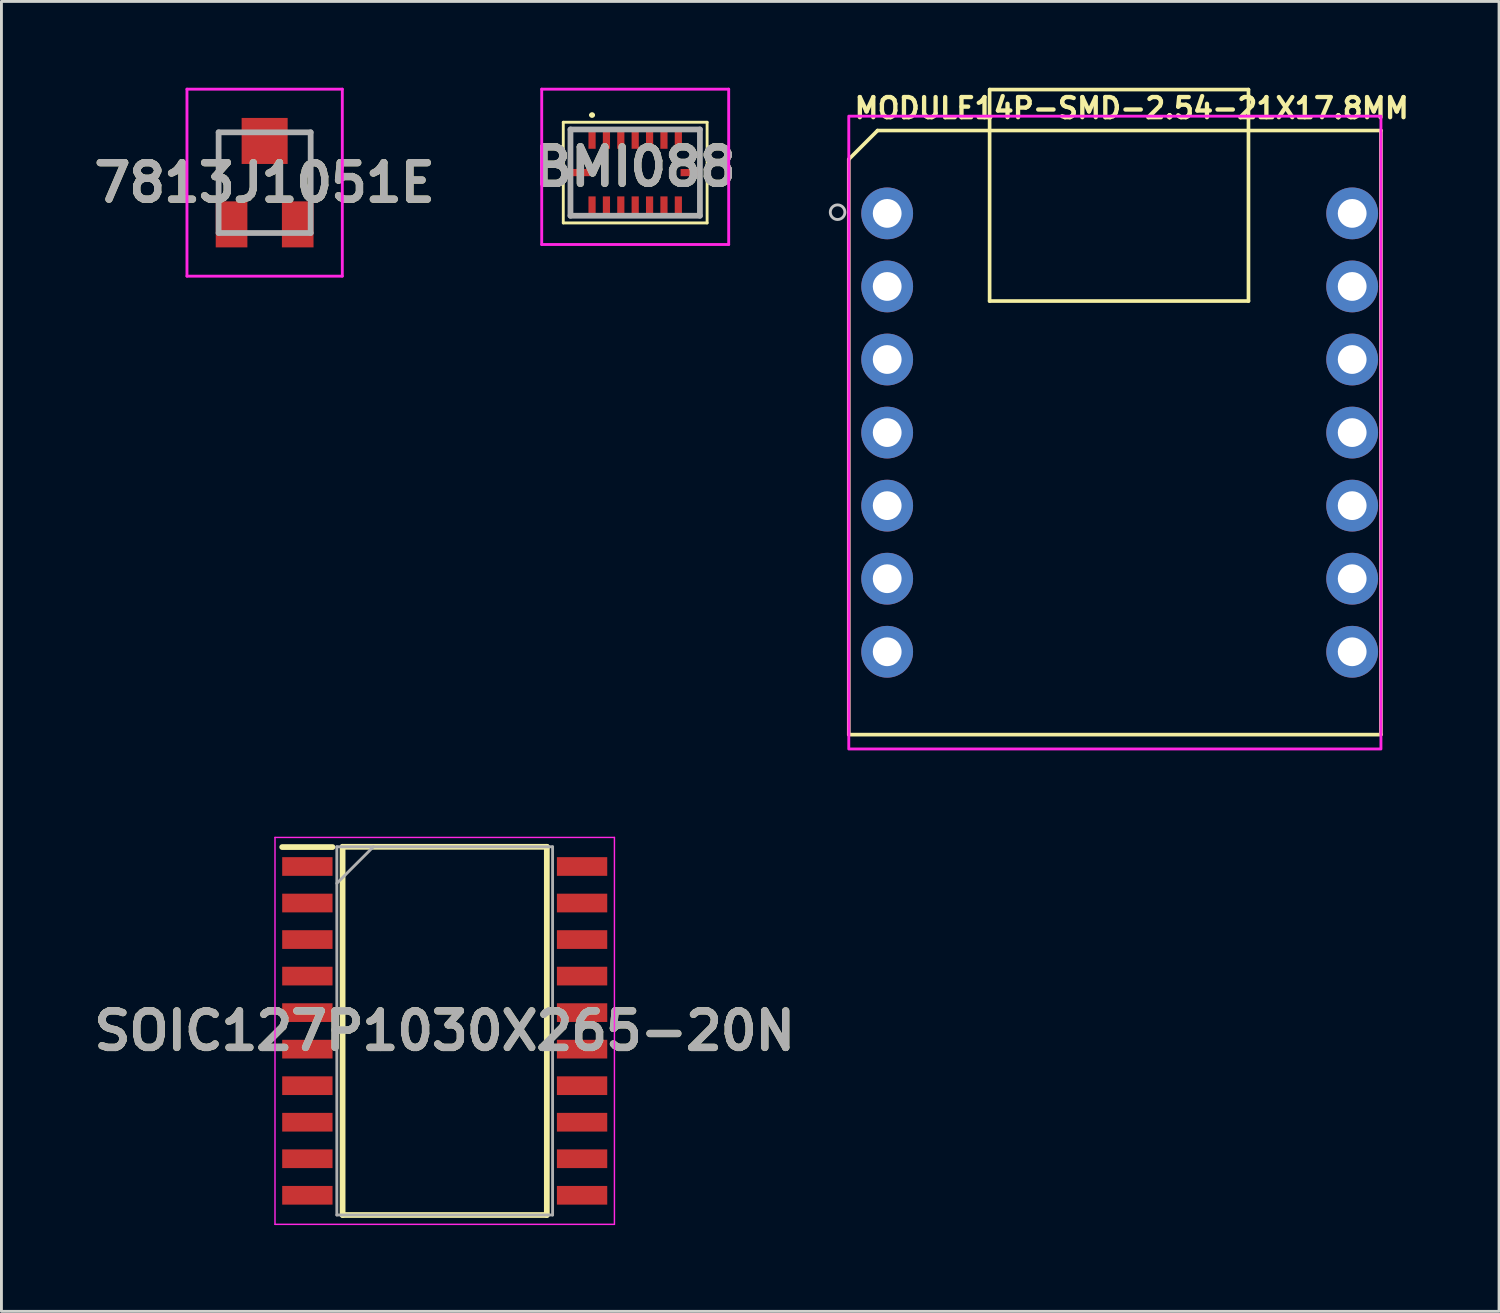
<source format=kicad_pcb>
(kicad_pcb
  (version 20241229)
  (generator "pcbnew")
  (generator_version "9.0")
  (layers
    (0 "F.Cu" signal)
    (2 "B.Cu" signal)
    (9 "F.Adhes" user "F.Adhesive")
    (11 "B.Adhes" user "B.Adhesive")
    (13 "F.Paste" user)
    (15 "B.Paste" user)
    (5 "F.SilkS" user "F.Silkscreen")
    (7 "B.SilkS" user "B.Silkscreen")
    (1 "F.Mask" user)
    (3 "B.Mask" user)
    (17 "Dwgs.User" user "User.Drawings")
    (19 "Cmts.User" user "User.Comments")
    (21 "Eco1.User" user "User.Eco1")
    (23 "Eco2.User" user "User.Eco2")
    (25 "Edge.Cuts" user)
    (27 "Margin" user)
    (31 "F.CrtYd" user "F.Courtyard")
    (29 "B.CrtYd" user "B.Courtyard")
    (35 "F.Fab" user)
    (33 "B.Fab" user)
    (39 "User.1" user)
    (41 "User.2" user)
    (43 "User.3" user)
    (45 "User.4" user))
  (footprint "SOIC127P1030X265-20N"
    (layer "F.Cu")
    (at 12.41 32.788)
    (property "Reference" "SOIC127P1030X265-20N" (at 0 0 0) (layer "F.SilkS") (effects (font (size 1.27 1.27) (thickness 0.254))))
    (attr smd)
    (fp_line (start -5.65 -6.39) (end -3.9 -6.39) (stroke (width 0.2) (type solid)) (layer "F.SilkS"))
    (fp_line (start -3.55 -6.4) (end 3.55 -6.4) (stroke (width 0.2) (type solid)) (layer "F.SilkS"))
    (fp_line (start -3.55 6.4) (end -3.55 -6.4) (stroke (width 0.2) (type solid)) (layer "F.SilkS"))
    (fp_line (start 3.55 -6.4) (end 3.55 6.4) (stroke (width 0.2) (type solid)) (layer "F.SilkS"))
    (fp_line (start 3.55 6.4) (end -3.55 6.4) (stroke (width 0.2) (type solid)) (layer "F.SilkS"))
    (fp_line (start -5.9 -6.725) (end 5.9 -6.725) (stroke (width 0.05) (type solid)) (layer "F.CrtYd"))
    (fp_line (start -5.9 6.725) (end -5.9 -6.725) (stroke (width 0.05) (type solid)) (layer "F.CrtYd"))
    (fp_line (start 5.9 -6.725) (end 5.9 6.725) (stroke (width 0.05) (type solid)) (layer "F.CrtYd"))
    (fp_line (start 5.9 6.725) (end -5.9 6.725) (stroke (width 0.05) (type solid)) (layer "F.CrtYd"))
    (fp_line (start -3.75 -6.4) (end 3.75 -6.4) (stroke (width 0.1) (type solid)) (layer "F.Fab"))
    (fp_line (start -3.75 -5.13) (end -2.48 -6.4) (stroke (width 0.1) (type solid)) (layer "F.Fab"))
    (fp_line (start -3.75 6.4) (end -3.75 -6.4) (stroke (width 0.1) (type solid)) (layer "F.Fab"))
    (fp_line (start 3.75 -6.4) (end 3.75 6.4) (stroke (width 0.1) (type solid)) (layer "F.Fab"))
    (fp_line (start 3.75 6.4) (end -3.75 6.4) (stroke (width 0.1) (type solid)) (layer "F.Fab"))
    (fp_text user "${REFERENCE}" (at 0 0 0) (layer "F.Fab") (effects (font (size 1.27 1.27) (thickness 0.254))))
    (pad "1" smd rect (at -4.775 -5.715 90) (size 0.65 1.75) (layers "F.Cu" "F.Mask" "F.Paste"))
    (pad "2" smd rect (at -4.775 -4.445 90) (size 0.65 1.75) (layers "F.Cu" "F.Mask" "F.Paste"))
    (pad "3" smd rect (at -4.775 -3.175 90) (size 0.65 1.75) (layers "F.Cu" "F.Mask" "F.Paste"))
    (pad "4" smd rect (at -4.775 -1.905 90) (size 0.65 1.75) (layers "F.Cu" "F.Mask" "F.Paste"))
    (pad "5" smd rect (at -4.775 -0.635 90) (size 0.65 1.75) (layers "F.Cu" "F.Mask" "F.Paste"))
    (pad "6" smd rect (at -4.775 0.635 90) (size 0.65 1.75) (layers "F.Cu" "F.Mask" "F.Paste"))
    (pad "7" smd rect (at -4.775 1.905 90) (size 0.65 1.75) (layers "F.Cu" "F.Mask" "F.Paste"))
    (pad "8" smd rect (at -4.775 3.175 90) (size 0.65 1.75) (layers "F.Cu" "F.Mask" "F.Paste"))
    (pad "9" smd rect (at -4.775 4.445 90) (size 0.65 1.75) (layers "F.Cu" "F.Mask" "F.Paste"))
    (pad "10" smd rect (at -4.775 5.715 90) (size 0.65 1.75) (layers "F.Cu" "F.Mask" "F.Paste"))
    (pad "11" smd rect (at 4.775 5.715 90) (size 0.65 1.75) (layers "F.Cu" "F.Mask" "F.Paste"))
    (pad "12" smd rect (at 4.775 4.445 90) (size 0.65 1.75) (layers "F.Cu" "F.Mask" "F.Paste"))
    (pad "13" smd rect (at 4.775 3.175 90) (size 0.65 1.75) (layers "F.Cu" "F.Mask" "F.Paste"))
    (pad "14" smd rect (at 4.775 1.905 90) (size 0.65 1.75) (layers "F.Cu" "F.Mask" "F.Paste"))
    (pad "15" smd rect (at 4.775 0.635 90) (size 0.65 1.75) (layers "F.Cu" "F.Mask" "F.Paste"))
    (pad "16" smd rect (at 4.775 -0.635 90) (size 0.65 1.75) (layers "F.Cu" "F.Mask" "F.Paste"))
    (pad "17" smd rect (at 4.775 -1.905 90) (size 0.65 1.75) (layers "F.Cu" "F.Mask" "F.Paste"))
    (pad "18" smd rect (at 4.775 -3.175 90) (size 0.65 1.75) (layers "F.Cu" "F.Mask" "F.Paste"))
    (pad "19" smd rect (at 4.775 -4.445 90) (size 0.65 1.75) (layers "F.Cu" "F.Mask" "F.Paste"))
    (pad "20" smd rect (at 4.775 -5.715 90) (size 0.65 1.75) (layers "F.Cu" "F.Mask" "F.Paste")))
  (footprint "MODULE14P-SMD-2.54-21X17.8MM"
    (layer "F.Cu")
    (at 26.957 22.488)
    (property "Reference" "MODULE14P-SMD-2.54-21X17.8MM" (at 9.335 -21.78 0) (layer "F.SilkS") (effects (font (size 0.7 0.7) (thickness 0.15))))
    (attr through_hole)
    (fp_line (start -0.5 -20) (end -0.5 0) (stroke (width 0.127) (type solid)) (layer "F.SilkS"))
    (fp_line (start -0.5 0) (end 18 0) (stroke (width 0.127) (type solid)) (layer "F.SilkS"))
    (fp_line (start 0.5 -21) (end -0.5 -20) (stroke (width 0.127) (type solid)) (layer "F.SilkS"))
    (fp_line (start 4.396 -15.072) (end 4.396 -22.425) (stroke (width 0.127) (type solid)) (layer "F.SilkS"))
    (fp_line (start 4.4 -22.424) (end 13.395 -22.424) (stroke (width 0.127) (type solid)) (layer "F.SilkS"))
    (fp_line (start 13.395 -22.424) (end 13.395 -15.072) (stroke (width 0.127) (type solid)) (layer "F.SilkS"))
    (fp_line (start 13.395 -15.072) (end 4.396 -15.072) (stroke (width 0.127) (type solid)) (layer "F.SilkS"))
    (fp_line (start 18 -21) (end 0.5 -21) (stroke (width 0.127) (type solid)) (layer "F.SilkS"))
    (fp_line (start 18 0) (end 18 -21) (stroke (width 0.127) (type solid)) (layer "F.SilkS"))
    (fp_circle (center -0.889 -18.161) (end -0.635 -18.161) (stroke (width 0.1) (type solid)) (fill no) (layer "Dwgs.User"))
    (fp_poly (pts (xy -0.5 -21.5) (xy 18 -21.5) (xy 18 0.5) (xy -0.5 0.5)) (stroke (width 0.1) (type solid)) (fill no) (layer "F.CrtYd"))
    (pad "1" thru_hole circle (at 0.835 -18.12) (size 1.8 1.8) (drill 1) (layers "*.Cu" "*.Mask"))
    (pad "2" thru_hole circle (at 0.835 -15.58) (size 1.8 1.8) (drill 1) (layers "*.Cu" "*.Mask"))
    (pad "3" thru_hole circle (at 0.835 -13.04) (size 1.8 1.8) (drill 1) (layers "*.Cu" "*.Mask"))
    (pad "4" thru_hole circle (at 0.835 -10.5) (size 1.8 1.8) (drill 1) (layers "*.Cu" "*.Mask"))
    (pad "5" thru_hole circle (at 0.835 -7.96) (size 1.8 1.8) (drill 1) (layers "*.Cu" "*.Mask"))
    (pad "6" thru_hole circle (at 0.835 -5.42) (size 1.8 1.8) (drill 1) (layers "*.Cu" "*.Mask"))
    (pad "7" thru_hole circle (at 0.835 -2.88) (size 1.8 1.8) (drill 1) (layers "*.Cu" "*.Mask"))
    (pad "8" thru_hole circle (at 17 -2.88) (size 1.8 1.8) (drill 1) (layers "*.Cu" "*.Mask"))
    (pad "9" thru_hole circle (at 17 -5.42) (size 1.8 1.8) (drill 1) (layers "*.Cu" "*.Mask"))
    (pad "10" thru_hole circle (at 17 -7.96) (size 1.8 1.8) (drill 1) (layers "*.Cu" "*.Mask"))
    (pad "11" thru_hole circle (at 17 -10.5) (size 1.8 1.8) (drill 1) (layers "*.Cu" "*.Mask"))
    (pad "12" thru_hole circle (at 17 -13.04) (size 1.8 1.8) (drill 1) (layers "*.Cu" "*.Mask"))
    (pad "13" thru_hole circle (at 17 -15.58) (size 1.8 1.8) (drill 1) (layers "*.Cu" "*.Mask"))
    (pad "14" thru_hole circle (at 17 -18.12) (size 1.8 1.8) (drill 1) (layers "*.Cu" "*.Mask")))
  (footprint "BMI088"
    (layer "F.Cu")
    (at 19.032 2.95)
    (property "Reference" "BMI088" (at 0 -0.2 0) (layer "F.SilkS") (effects (font (size 1.27 1.27) (thickness 0.254))))
    (attr smd)
    (fp_line (start -2.5 -1.75) (end 2.5 -1.75) (stroke (width 0.1) (type solid)) (layer "F.SilkS"))
    (fp_line (start -2.5 1.75) (end -2.5 -1.75) (stroke (width 0.1) (type solid)) (layer "F.SilkS"))
    (fp_line (start -1.55 -2) (end -1.55 -2) (stroke (width 0.1) (type solid)) (layer "F.SilkS"))
    (fp_line (start -1.45 -2) (end -1.45 -2) (stroke (width 0.1) (type solid)) (layer "F.SilkS"))
    (fp_line (start 2.5 -1.75) (end 2.5 1.75) (stroke (width 0.1) (type solid)) (layer "F.SilkS"))
    (fp_line (start 2.5 1.75) (end -2.5 1.75) (stroke (width 0.1) (type solid)) (layer "F.SilkS"))
    (fp_arc (start -1.55 -2) (mid -1.5 -2.05) (end -1.45 -2) (stroke (width 0.1) (type solid)) (layer "F.SilkS"))
    (fp_arc (start -1.45 -2) (mid -1.5 -1.95) (end -1.55 -2) (stroke (width 0.1) (type solid)) (layer "F.SilkS"))
    (fp_line (start -3.25 -2.9) (end 3.25 -2.9) (stroke (width 0.1) (type solid)) (layer "F.CrtYd"))
    (fp_line (start -3.25 2.5) (end -3.25 -2.9) (stroke (width 0.1) (type solid)) (layer "F.CrtYd"))
    (fp_line (start 3.25 -2.9) (end 3.25 2.5) (stroke (width 0.1) (type solid)) (layer "F.CrtYd"))
    (fp_line (start 3.25 2.5) (end -3.25 2.5) (stroke (width 0.1) (type solid)) (layer "F.CrtYd"))
    (fp_line (start -2.25 -1.5) (end 2.25 -1.5) (stroke (width 0.2) (type solid)) (layer "F.Fab"))
    (fp_line (start -2.25 1.5) (end -2.25 -1.5) (stroke (width 0.2) (type solid)) (layer "F.Fab"))
    (fp_line (start 2.25 -1.5) (end 2.25 1.5) (stroke (width 0.2) (type solid)) (layer "F.Fab"))
    (fp_line (start 2.25 1.5) (end -2.25 1.5) (stroke (width 0.2) (type solid)) (layer "F.Fab"))
    (fp_text user "${REFERENCE}" (at 0 -0.2 0) (layer "F.Fab") (effects (font (size 1.27 1.27) (thickness 0.254))))
    (pad "1" smd rect (at -1.5 -1.165) (size 0.25 0.675) (layers "F.Cu" "F.Mask" "F.Paste"))
    (pad "2" smd rect (at -1 -1.165) (size 0.25 0.675) (layers "F.Cu" "F.Mask" "F.Paste"))
    (pad "3" smd rect (at -0.5 -1.165) (size 0.25 0.675) (layers "F.Cu" "F.Mask" "F.Paste"))
    (pad "4" smd rect (at 0 -1.165) (size 0.25 0.675) (layers "F.Cu" "F.Mask" "F.Paste"))
    (pad "5" smd rect (at 0.5 -1.165) (size 0.25 0.675) (layers "F.Cu" "F.Mask" "F.Paste"))
    (pad "6" smd rect (at 1 -1.165) (size 0.25 0.675) (layers "F.Cu" "F.Mask" "F.Paste"))
    (pad "7" smd rect (at 1.5 -1.165) (size 0.25 0.675) (layers "F.Cu" "F.Mask" "F.Paste"))
    (pad "8" smd rect (at 1.915 0 90) (size 0.25 0.675) (layers "F.Cu" "F.Mask" "F.Paste"))
    (pad "9" smd rect (at 1.5 1.165) (size 0.25 0.675) (layers "F.Cu" "F.Mask" "F.Paste"))
    (pad "10" smd rect (at 1 1.165) (size 0.25 0.675) (layers "F.Cu" "F.Mask" "F.Paste"))
    (pad "11" smd rect (at 0.5 1.165) (size 0.25 0.675) (layers "F.Cu" "F.Mask" "F.Paste"))
    (pad "12" smd rect (at 0 1.165) (size 0.25 0.675) (layers "F.Cu" "F.Mask" "F.Paste"))
    (pad "13" smd rect (at -0.5 1.165) (size 0.25 0.675) (layers "F.Cu" "F.Mask" "F.Paste"))
    (pad "14" smd rect (at -1 1.165) (size 0.25 0.675) (layers "F.Cu" "F.Mask" "F.Paste"))
    (pad "15" smd rect (at -1.5 1.165) (size 0.25 0.675) (layers "F.Cu" "F.Mask" "F.Paste"))
    (pad "16" smd rect (at -1.915 0 90) (size 0.25 0.675) (layers "F.Cu" "F.Mask" "F.Paste")))
  (footprint "7813J1051E"
    (layer "F.Cu")
    (at 6.15 3.3)
    (property "Reference" "7813J1051E" (at 0 0 0) (layer "F.SilkS") (effects (font (size 1.27 1.27) (thickness 0.254))))
    (attr smd)
    (fp_line (start -1.6 0.5) (end -1.6 -1.5) (stroke (width 0.1) (type solid)) (layer "F.SilkS"))
    (fp_line (start 1.6 0.5) (end 1.6 -1.5) (stroke (width 0.1) (type solid)) (layer "F.SilkS"))
    (fp_line (start -2.7 -3.25) (end 2.7 -3.25) (stroke (width 0.1) (type solid)) (layer "F.CrtYd"))
    (fp_line (start -2.7 3.25) (end -2.7 -3.25) (stroke (width 0.1) (type solid)) (layer "F.CrtYd"))
    (fp_line (start 2.7 -3.25) (end 2.7 3.25) (stroke (width 0.1) (type solid)) (layer "F.CrtYd"))
    (fp_line (start 2.7 3.25) (end -2.7 3.25) (stroke (width 0.1) (type solid)) (layer "F.CrtYd"))
    (fp_line (start -1.6 -1.75) (end 1.6 -1.75) (stroke (width 0.2) (type solid)) (layer "F.Fab"))
    (fp_line (start -1.6 1.75) (end -1.6 -1.75) (stroke (width 0.2) (type solid)) (layer "F.Fab"))
    (fp_line (start 1.6 -1.75) (end 1.6 1.75) (stroke (width 0.2) (type solid)) (layer "F.Fab"))
    (fp_line (start 1.6 1.75) (end -1.6 1.75) (stroke (width 0.2) (type solid)) (layer "F.Fab"))
    (fp_text user "${REFERENCE}" (at 0 0 0) (layer "F.Fab") (effects (font (size 1.27 1.27) (thickness 0.254))))
    (pad "1" smd rect (at 1.15 1.45) (size 1.1 1.6) (layers "F.Cu" "F.Mask" "F.Paste"))
    (pad "2" smd rect (at 0 -1.45 90) (size 1.6 1.6) (layers "F.Cu" "F.Mask" "F.Paste"))
    (pad "3" smd rect (at -1.15 1.45) (size 1.1 1.6) (layers "F.Cu" "F.Mask" "F.Paste")))
  (gr_rect
    (start -3 -3)
    (end 49.063 42.538)
    (stroke (width 0.1) (type default))
    (fill no)
    (layer "Edge.Cuts")))
</source>
